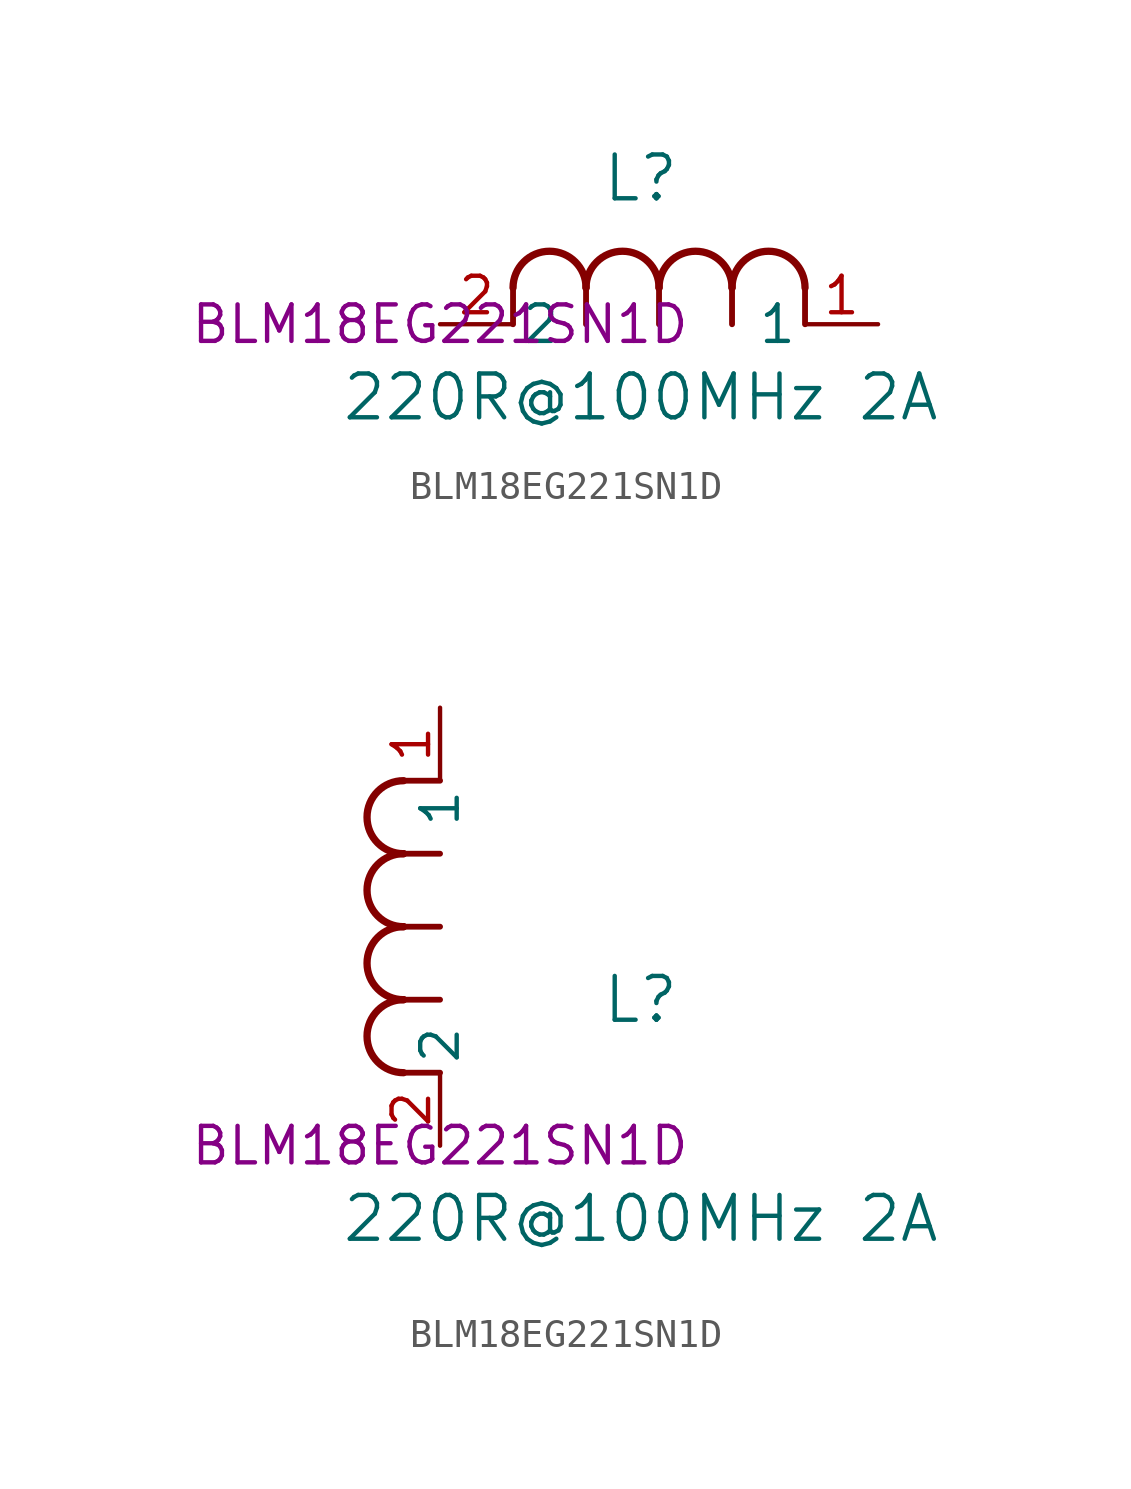
<source format=kicad_sym>
(kicad_symbol_lib
  (version 20241209)
  (generator "kicad_symbol_editor")
  (generator_version "9.0")
  (symbol "BLM18EG221SN1D"
    (pin_names
      (offset 0.254))
    (property "Reference" "L"
      (at 6.985 5.08 0)
      (effects (font (size 1.524 1.524))))
    (property "Value" "220R@100MHz 2A"
      (at 6.985 -2.54 0)
      (effects (font (size 1.524 1.524))))
    (property "Manufacturer_Part_Number" "BLM18EG221SN1D"
      (at 0 0 0)
      (effects (font (size 1.27 1.27))))
    (symbol "BLM18EG221SN1D_1_1"
      (polyline (pts (xy 2.54 0) (xy 2.54 1.27)) (stroke (width 0.203) (type default)) (fill (type none)))
      (arc (start 2.54 1.27) (mid 3.81 2.5344) (end 5.08 1.27) (stroke (width 0.254) (type default)) (fill (type none)))
      (polyline (pts (xy 5.08 0) (xy 5.08 1.27)) (stroke (width 0.203) (type default)) (fill (type none)))
      (arc (start 5.08 1.27) (mid 6.35 2.5344) (end 7.62 1.27) (stroke (width 0.254) (type default)) (fill (type none)))
      (polyline (pts (xy 7.62 0) (xy 7.62 1.27)) (stroke (width 0.203) (type default)) (fill (type none)))
      (arc (start 7.62 1.27) (mid 8.89 2.5344) (end 10.16 1.27) (stroke (width 0.254) (type default)) (fill (type none)))
      (polyline (pts (xy 10.16 0) (xy 10.16 1.27)) (stroke (width 0.203) (type default)) (fill (type none)))
      (arc (start 10.16 1.27) (mid 11.43 2.5344) (end 12.7 1.27) (stroke (width 0.254) (type default)) (fill (type none)))
      (polyline (pts (xy 12.7 0) (xy 12.7 1.27)) (stroke (width 0.203) (type default)) (fill (type none)))
      (pin unspecified line (at 0 0 0) (length 2.54) (name "2" (effects (font (size 1.27 1.27)))) (number "2" (effects (font (size 1.27 1.27)))))
      (pin unspecified line (at 15.24 0 180) (length 2.54) (name "1" (effects (font (size 1.27 1.27)))) (number "1" (effects (font (size 1.27 1.27))))))
    (symbol "BLM18EG221SN1D_1_2"
      (arc (start -1.27 10.16) (mid -2.5344 11.43) (end -1.27 12.7) (stroke (width 0.254) (type default)) (fill (type none)))
      (arc (start -1.27 7.62) (mid -2.5344 8.89) (end -1.27 10.16) (stroke (width 0.254) (type default)) (fill (type none)))
      (arc (start -1.27 5.08) (mid -2.5344 6.35) (end -1.27 7.62) (stroke (width 0.254) (type default)) (fill (type none)))
      (arc (start -1.27 2.54) (mid -2.5344 3.81) (end -1.27 5.08) (stroke (width 0.254) (type default)) (fill (type none)))
      (polyline (pts (xy 0 12.7) (xy -1.27 12.7)) (stroke (width 0.203) (type default)) (fill (type none)))
      (polyline (pts (xy 0 10.16) (xy -1.27 10.16)) (stroke (width 0.203) (type default)) (fill (type none)))
      (polyline (pts (xy 0 7.62) (xy -1.27 7.62)) (stroke (width 0.203) (type default)) (fill (type none)))
      (polyline (pts (xy 0 5.08) (xy -1.27 5.08)) (stroke (width 0.203) (type default)) (fill (type none)))
      (polyline (pts (xy 0 2.54) (xy -1.27 2.54)) (stroke (width 0.203) (type default)) (fill (type none)))
      (pin unspecified line (at 0 15.24 270) (length 2.54) (name "1" (effects (font (size 1.27 1.27)))) (number "1" (effects (font (size 1.27 1.27)))))
      (pin unspecified line (at 0 0 90) (length 2.54) (name "2" (effects (font (size 1.27 1.27)))) (number "2" (effects (font (size 1.27 1.27))))))))
</source>
